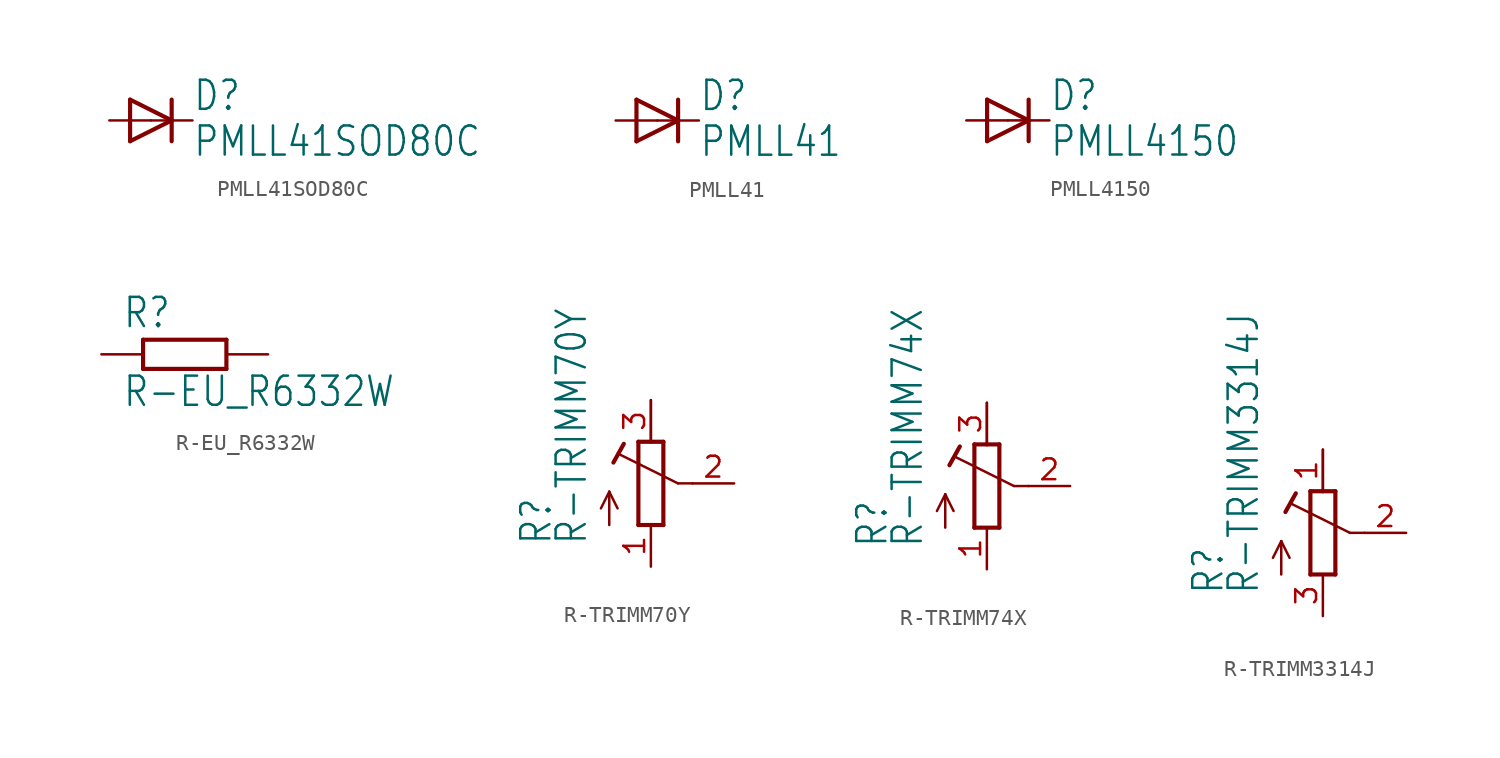
<source format=kicad_sym>
(kicad_symbol_lib
  (version 20211014)
  (generator kicad_symbol_editor)
  (symbol "PMLL41SOD80C"
    (property "Reference" "D"
      (at 2.54 0.483 0)
      (effects (font (size 1.778 1.511)) (justify left bottom)))
    (property "Value" "PMLL41SOD80C"
      (at 2.54 -2.311 0)
      (effects (font (size 1.778 1.511)) (justify left bottom)))
    (property "ki_locked" ""
      (at 0 0 0)
      (effects (font (size 1.27 1.27))))
    (symbol "PMLL41SOD80C_1_0"
      (polyline (pts (xy -1.27 -1.27) (xy 1.27 0)) (stroke (width 0.254) (type default) (color 0 0 0 0)) (fill (type none)))
      (polyline (pts (xy -1.27 1.27) (xy -1.27 -1.27)) (stroke (width 0.254) (type default) (color 0 0 0 0)) (fill (type none)))
      (polyline (pts (xy 1.27 0) (xy -1.27 1.27)) (stroke (width 0.254) (type default) (color 0 0 0 0)) (fill (type none)))
      (polyline (pts (xy 1.27 0) (xy 1.27 -1.27)) (stroke (width 0.254) (type default) (color 0 0 0 0)) (fill (type none)))
      (polyline (pts (xy 1.27 1.27) (xy 1.27 0)) (stroke (width 0.254) (type default) (color 0 0 0 0)) (fill (type none)))
      (pin passive line (at -2.54 0 0) (length 2.54) (name "A" (effects (font (size 0 0)))) (number "A" (effects (font (size 0 0)))))
      (pin passive line (at 2.54 0 180) (length 2.54) (name "C" (effects (font (size 0 0)))) (number "C" (effects (font (size 0 0)))))))
  (symbol "PMLL41"
    (property "Reference" "D"
      (at 2.54 0.483 0)
      (effects (font (size 1.778 1.511)) (justify left bottom)))
    (property "Value" "PMLL41"
      (at 2.54 -2.311 0)
      (effects (font (size 1.778 1.511)) (justify left bottom)))
    (property "ki_locked" ""
      (at 0 0 0)
      (effects (font (size 1.27 1.27))))
    (symbol "PMLL41_1_0"
      (polyline (pts (xy -1.27 -1.27) (xy 1.27 0)) (stroke (width 0.254) (type default) (color 0 0 0 0)) (fill (type none)))
      (polyline (pts (xy -1.27 1.27) (xy -1.27 -1.27)) (stroke (width 0.254) (type default) (color 0 0 0 0)) (fill (type none)))
      (polyline (pts (xy 1.27 0) (xy -1.27 1.27)) (stroke (width 0.254) (type default) (color 0 0 0 0)) (fill (type none)))
      (polyline (pts (xy 1.27 0) (xy 1.27 -1.27)) (stroke (width 0.254) (type default) (color 0 0 0 0)) (fill (type none)))
      (polyline (pts (xy 1.27 1.27) (xy 1.27 0)) (stroke (width 0.254) (type default) (color 0 0 0 0)) (fill (type none)))
      (pin passive line (at 2.54 0 180) (length 2.54) (name "C" (effects (font (size 0 0)))) (number "1" (effects (font (size 0 0)))))
      (pin passive line (at -2.54 0 0) (length 2.54) (name "A" (effects (font (size 0 0)))) (number "2" (effects (font (size 0 0)))))))
  (symbol "PMLL4150"
    (property "Reference" "D"
      (at 2.54 0.483 0)
      (effects (font (size 1.778 1.511)) (justify left bottom)))
    (property "Value" "PMLL4150"
      (at 2.54 -2.311 0)
      (effects (font (size 1.778 1.511)) (justify left bottom)))
    (property "ki_locked" ""
      (at 0 0 0)
      (effects (font (size 1.27 1.27))))
    (symbol "PMLL4150_1_0"
      (polyline (pts (xy -1.27 -1.27) (xy 1.27 0)) (stroke (width 0.254) (type default) (color 0 0 0 0)) (fill (type none)))
      (polyline (pts (xy -1.27 1.27) (xy -1.27 -1.27)) (stroke (width 0.254) (type default) (color 0 0 0 0)) (fill (type none)))
      (polyline (pts (xy 1.27 0) (xy -1.27 1.27)) (stroke (width 0.254) (type default) (color 0 0 0 0)) (fill (type none)))
      (polyline (pts (xy 1.27 0) (xy 1.27 -1.27)) (stroke (width 0.254) (type default) (color 0 0 0 0)) (fill (type none)))
      (polyline (pts (xy 1.27 1.27) (xy 1.27 0)) (stroke (width 0.254) (type default) (color 0 0 0 0)) (fill (type none)))
      (pin passive line (at -2.54 0 0) (length 2.54) (name "A" (effects (font (size 0 0)))) (number "A" (effects (font (size 0 0)))))
      (pin passive line (at 2.54 0 180) (length 2.54) (name "C" (effects (font (size 0 0)))) (number "C" (effects (font (size 0 0)))))))
  (symbol "R-EU_R6332W"
    (property "Reference" "R"
      (at -3.81 1.499 0)
      (effects (font (size 1.778 1.511)) (justify left bottom)))
    (property "Value" "R-EU_R6332W"
      (at -3.81 -3.302 0)
      (effects (font (size 1.778 1.511)) (justify left bottom)))
    (property "ki_locked" ""
      (at 0 0 0)
      (effects (font (size 1.27 1.27))))
    (symbol "R-EU_R6332W_1_0"
      (polyline (pts (xy -2.54 -0.889) (xy -2.54 0.889)) (stroke (width 0.254) (type default) (color 0 0 0 0)) (fill (type none)))
      (polyline (pts (xy -2.54 -0.889) (xy 2.54 -0.889)) (stroke (width 0.254) (type default) (color 0 0 0 0)) (fill (type none)))
      (polyline (pts (xy 2.54 -0.889) (xy 2.54 0.889)) (stroke (width 0.254) (type default) (color 0 0 0 0)) (fill (type none)))
      (polyline (pts (xy 2.54 0.889) (xy -2.54 0.889)) (stroke (width 0.254) (type default) (color 0 0 0 0)) (fill (type none)))
      (pin passive line (at -5.08 0 0) (length 2.54) (name "1" (effects (font (size 0 0)))) (number "1" (effects (font (size 0 0)))))
      (pin passive line (at 5.08 0 180) (length 2.54) (name "2" (effects (font (size 0 0)))) (number "2" (effects (font (size 0 0)))))))
  (symbol "R-TRIMM70Y"
    (property "Reference" "R"
      (at -5.969 -3.81 90)
      (effects (font (size 1.778 1.511)) (justify left bottom)))
    (property "Value" "R-TRIMM70Y"
      (at -3.81 -3.81 90)
      (effects (font (size 1.778 1.511)) (justify left bottom)))
    (property "ki_locked" ""
      (at 0 0 0)
      (effects (font (size 1.27 1.27))))
    (symbol "R-TRIMM70Y_1_0"
      (polyline (pts (xy -2.54 -2.54) (xy -2.54 -0.508)) (stroke (width 0.152) (type default) (color 0 0 0 0)) (fill (type none)))
      (polyline (pts (xy -2.54 -0.508) (xy -3.048 -1.524)) (stroke (width 0.152) (type default) (color 0 0 0 0)) (fill (type none)))
      (polyline (pts (xy -2.54 -0.508) (xy -2.032 -1.524)) (stroke (width 0.152) (type default) (color 0 0 0 0)) (fill (type none)))
      (polyline (pts (xy -2.286 1.27) (xy -1.651 2.413)) (stroke (width 0.254) (type default) (color 0 0 0 0)) (fill (type none)))
      (polyline (pts (xy -0.762 -2.54) (xy 0.762 -2.54)) (stroke (width 0.254) (type default) (color 0 0 0 0)) (fill (type none)))
      (polyline (pts (xy -0.762 2.54) (xy -0.762 -2.54)) (stroke (width 0.254) (type default) (color 0 0 0 0)) (fill (type none)))
      (polyline (pts (xy 0 2.54) (xy -0.762 2.54)) (stroke (width 0.254) (type default) (color 0 0 0 0)) (fill (type none)))
      (polyline (pts (xy 0 2.54) (xy 0 5.08)) (stroke (width 0.152) (type default) (color 0 0 0 0)) (fill (type none)))
      (polyline (pts (xy 0.762 -2.54) (xy 0.762 2.54)) (stroke (width 0.254) (type default) (color 0 0 0 0)) (fill (type none)))
      (polyline (pts (xy 0.762 2.54) (xy 0 2.54)) (stroke (width 0.254) (type default) (color 0 0 0 0)) (fill (type none)))
      (polyline (pts (xy 1.651 0) (xy -1.88 1.753)) (stroke (width 0.152) (type default) (color 0 0 0 0)) (fill (type none)))
      (polyline (pts (xy 2.54 0) (xy 1.651 0)) (stroke (width 0.152) (type default) (color 0 0 0 0)) (fill (type none)))
      (pin passive line (at 0 -5.08 90) (length 2.54) (name "A" (effects (font (size 0 0)))) (number "1" (effects (font (size 1.27 1.27)))))
      (pin passive line (at 5.08 0 180) (length 2.54) (name "S" (effects (font (size 0 0)))) (number "2" (effects (font (size 1.27 1.27)))))
      (pin passive line (at 0 5.08 270) (length 2.54) (name "E" (effects (font (size 0 0)))) (number "3" (effects (font (size 1.27 1.27)))))))
  (symbol "R-TRIMM74X"
    (property "Reference" "R"
      (at -5.969 -3.81 90)
      (effects (font (size 1.778 1.511)) (justify left bottom)))
    (property "Value" "R-TRIMM74X"
      (at -3.81 -3.81 90)
      (effects (font (size 1.778 1.511)) (justify left bottom)))
    (property "ki_locked" ""
      (at 0 0 0)
      (effects (font (size 1.27 1.27))))
    (symbol "R-TRIMM74X_1_0"
      (polyline (pts (xy -2.54 -2.54) (xy -2.54 -0.508)) (stroke (width 0.152) (type default) (color 0 0 0 0)) (fill (type none)))
      (polyline (pts (xy -2.54 -0.508) (xy -3.048 -1.524)) (stroke (width 0.152) (type default) (color 0 0 0 0)) (fill (type none)))
      (polyline (pts (xy -2.54 -0.508) (xy -2.032 -1.524)) (stroke (width 0.152) (type default) (color 0 0 0 0)) (fill (type none)))
      (polyline (pts (xy -2.286 1.27) (xy -1.651 2.413)) (stroke (width 0.254) (type default) (color 0 0 0 0)) (fill (type none)))
      (polyline (pts (xy -0.762 -2.54) (xy 0.762 -2.54)) (stroke (width 0.254) (type default) (color 0 0 0 0)) (fill (type none)))
      (polyline (pts (xy -0.762 2.54) (xy -0.762 -2.54)) (stroke (width 0.254) (type default) (color 0 0 0 0)) (fill (type none)))
      (polyline (pts (xy 0 2.54) (xy -0.762 2.54)) (stroke (width 0.254) (type default) (color 0 0 0 0)) (fill (type none)))
      (polyline (pts (xy 0 2.54) (xy 0 5.08)) (stroke (width 0.152) (type default) (color 0 0 0 0)) (fill (type none)))
      (polyline (pts (xy 0.762 -2.54) (xy 0.762 2.54)) (stroke (width 0.254) (type default) (color 0 0 0 0)) (fill (type none)))
      (polyline (pts (xy 0.762 2.54) (xy 0 2.54)) (stroke (width 0.254) (type default) (color 0 0 0 0)) (fill (type none)))
      (polyline (pts (xy 1.651 0) (xy -1.88 1.753)) (stroke (width 0.152) (type default) (color 0 0 0 0)) (fill (type none)))
      (polyline (pts (xy 2.54 0) (xy 1.651 0)) (stroke (width 0.152) (type default) (color 0 0 0 0)) (fill (type none)))
      (pin passive line (at 0 -5.08 90) (length 2.54) (name "A" (effects (font (size 0 0)))) (number "1" (effects (font (size 1.27 1.27)))))
      (pin passive line (at 5.08 0 180) (length 2.54) (name "S" (effects (font (size 0 0)))) (number "2" (effects (font (size 1.27 1.27)))))
      (pin passive line (at 0 5.08 270) (length 2.54) (name "E" (effects (font (size 0 0)))) (number "3" (effects (font (size 1.27 1.27)))))))
  (symbol "R-TRIMM3314J"
    (property "Reference" "R"
      (at -5.969 -3.81 90)
      (effects (font (size 1.778 1.511)) (justify left bottom)))
    (property "Value" "R-TRIMM3314J"
      (at -3.81 -3.81 90)
      (effects (font (size 1.778 1.511)) (justify left bottom)))
    (property "ki_locked" ""
      (at 0 0 0)
      (effects (font (size 1.27 1.27))))
    (symbol "R-TRIMM3314J_1_0"
      (polyline (pts (xy -2.54 -2.54) (xy -2.54 -0.508)) (stroke (width 0.152) (type default) (color 0 0 0 0)) (fill (type none)))
      (polyline (pts (xy -2.54 -0.508) (xy -3.048 -1.524)) (stroke (width 0.152) (type default) (color 0 0 0 0)) (fill (type none)))
      (polyline (pts (xy -2.54 -0.508) (xy -2.032 -1.524)) (stroke (width 0.152) (type default) (color 0 0 0 0)) (fill (type none)))
      (polyline (pts (xy -2.286 1.27) (xy -1.651 2.413)) (stroke (width 0.254) (type default) (color 0 0 0 0)) (fill (type none)))
      (polyline (pts (xy -0.762 -2.54) (xy 0.762 -2.54)) (stroke (width 0.254) (type default) (color 0 0 0 0)) (fill (type none)))
      (polyline (pts (xy -0.762 2.54) (xy -0.762 -2.54)) (stroke (width 0.254) (type default) (color 0 0 0 0)) (fill (type none)))
      (polyline (pts (xy 0 2.54) (xy -0.762 2.54)) (stroke (width 0.254) (type default) (color 0 0 0 0)) (fill (type none)))
      (polyline (pts (xy 0 2.54) (xy 0 5.08)) (stroke (width 0.152) (type default) (color 0 0 0 0)) (fill (type none)))
      (polyline (pts (xy 0.762 -2.54) (xy 0.762 2.54)) (stroke (width 0.254) (type default) (color 0 0 0 0)) (fill (type none)))
      (polyline (pts (xy 0.762 2.54) (xy 0 2.54)) (stroke (width 0.254) (type default) (color 0 0 0 0)) (fill (type none)))
      (polyline (pts (xy 1.651 0) (xy -1.88 1.753)) (stroke (width 0.152) (type default) (color 0 0 0 0)) (fill (type none)))
      (polyline (pts (xy 2.54 0) (xy 1.651 0)) (stroke (width 0.152) (type default) (color 0 0 0 0)) (fill (type none)))
      (pin passive line (at 0 5.08 270) (length 2.54) (name "E" (effects (font (size 0 0)))) (number "1" (effects (font (size 1.27 1.27)))))
      (pin passive line (at 5.08 0 180) (length 2.54) (name "S" (effects (font (size 0 0)))) (number "2" (effects (font (size 1.27 1.27)))))
      (pin passive line (at 0 -5.08 90) (length 2.54) (name "A" (effects (font (size 0 0)))) (number "3" (effects (font (size 1.27 1.27))))))))
</source>
